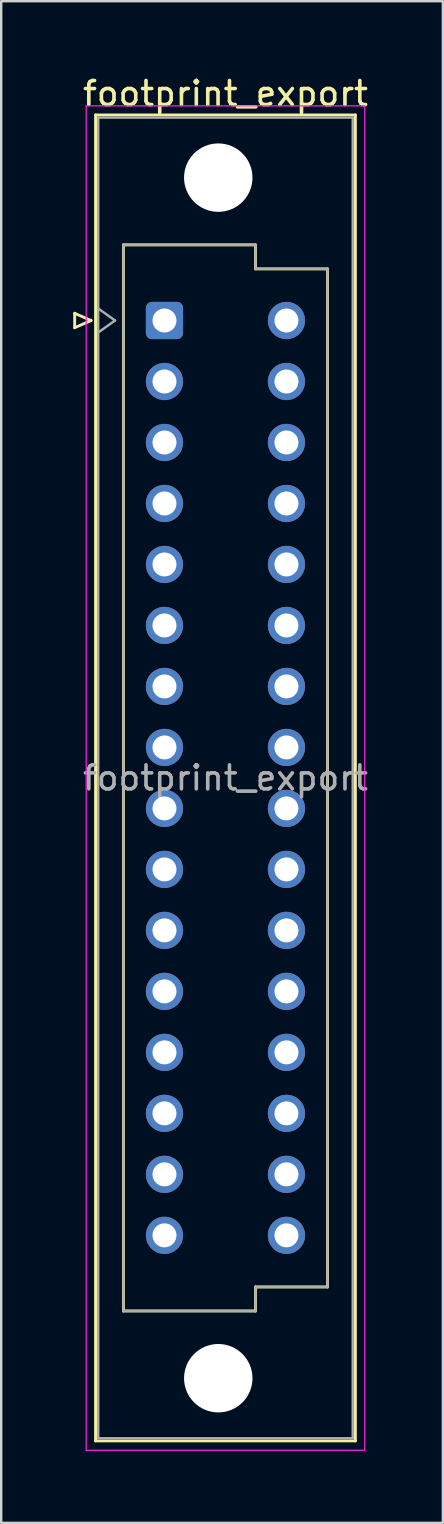
<source format=kicad_pcb>
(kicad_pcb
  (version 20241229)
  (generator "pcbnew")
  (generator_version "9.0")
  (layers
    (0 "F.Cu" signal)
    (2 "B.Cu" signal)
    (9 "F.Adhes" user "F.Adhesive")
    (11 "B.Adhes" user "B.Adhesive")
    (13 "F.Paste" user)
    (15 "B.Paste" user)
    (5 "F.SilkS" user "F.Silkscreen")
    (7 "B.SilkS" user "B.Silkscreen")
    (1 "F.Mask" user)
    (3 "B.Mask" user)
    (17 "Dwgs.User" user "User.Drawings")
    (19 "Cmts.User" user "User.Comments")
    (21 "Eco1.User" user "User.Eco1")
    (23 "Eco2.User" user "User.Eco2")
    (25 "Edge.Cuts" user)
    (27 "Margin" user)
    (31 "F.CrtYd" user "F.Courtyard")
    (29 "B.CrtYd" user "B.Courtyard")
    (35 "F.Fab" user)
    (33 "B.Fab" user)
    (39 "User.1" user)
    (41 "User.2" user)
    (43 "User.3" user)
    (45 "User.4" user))
  (footprint "footprint_export"
    (layer "F.Cu")
    (at 3.8 10.298)
    (property "Reference" "footprint_export" (at 2.54 -9.45 0) (layer "F.SilkS") (effects (font (size 1 1) (thickness 0.15))))
    (attr through_hole)
    (fp_line (start -3.74 -0.3) (end -3.74 0.3) (stroke (width 0.12) (type solid)) (layer "F.SilkS"))
    (fp_line (start -3.74 0.3) (end -3.06 0) (stroke (width 0.12) (type solid)) (layer "F.SilkS"))
    (fp_line (start -3.06 0) (end -3.74 -0.3) (stroke (width 0.12) (type solid)) (layer "F.SilkS"))
    (fp_line (start -2.87 -8.56) (end 7.95 -8.56) (stroke (width 0.12) (type solid)) (layer "F.SilkS"))
    (fp_line (start -2.87 46.66) (end -2.87 -8.56) (stroke (width 0.12) (type solid)) (layer "F.SilkS"))
    (fp_line (start -1.71 -3.15) (end 3.79 -3.15) (stroke (width 0.12) (type solid)) (layer "F.SilkS"))
    (fp_line (start -1.71 41.25) (end -1.71 -3.15) (stroke (width 0.12) (type solid)) (layer "F.SilkS"))
    (fp_line (start 3.79 -3.15) (end 3.79 -2.15) (stroke (width 0.12) (type solid)) (layer "F.SilkS"))
    (fp_line (start 3.79 -2.15) (end 6.79 -2.15) (stroke (width 0.12) (type solid)) (layer "F.SilkS"))
    (fp_line (start 3.79 40.25) (end 3.79 41.25) (stroke (width 0.12) (type solid)) (layer "F.SilkS"))
    (fp_line (start 3.79 41.25) (end -1.71 41.25) (stroke (width 0.12) (type solid)) (layer "F.SilkS"))
    (fp_line (start 6.79 -2.15) (end 6.79 40.25) (stroke (width 0.12) (type solid)) (layer "F.SilkS"))
    (fp_line (start 6.79 40.25) (end 3.79 40.25) (stroke (width 0.12) (type solid)) (layer "F.SilkS"))
    (fp_line (start 7.95 -8.56) (end 7.95 46.66) (stroke (width 0.12) (type solid)) (layer "F.SilkS"))
    (fp_line (start 7.95 46.66) (end -2.87 46.66) (stroke (width 0.12) (type solid)) (layer "F.SilkS"))
    (fp_line (start -3.26 -8.94) (end 8.34 -8.94) (stroke (width 0.05) (type solid)) (layer "F.CrtYd"))
    (fp_line (start -3.26 47.05) (end -3.26 -8.94) (stroke (width 0.05) (type solid)) (layer "F.CrtYd"))
    (fp_line (start 8.34 -8.94) (end 8.34 47.05) (stroke (width 0.05) (type solid)) (layer "F.CrtYd"))
    (fp_line (start 8.34 47.05) (end -3.26 47.05) (stroke (width 0.05) (type solid)) (layer "F.CrtYd"))
    (fp_line (start -2.76 -8.45) (end 7.84 -8.45) (stroke (width 0.1) (type solid)) (layer "F.Fab"))
    (fp_line (start -2.76 -0.5) (end -2.06 0) (stroke (width 0.1) (type solid)) (layer "F.Fab"))
    (fp_line (start -2.76 46.55) (end -2.76 -8.45) (stroke (width 0.1) (type solid)) (layer "F.Fab"))
    (fp_line (start -2.06 0) (end -2.76 0.5) (stroke (width 0.1) (type solid)) (layer "F.Fab"))
    (fp_line (start -1.71 -3.15) (end 3.79 -3.15) (stroke (width 0.1) (type solid)) (layer "F.Fab"))
    (fp_line (start -1.71 41.25) (end -1.71 -3.15) (stroke (width 0.1) (type solid)) (layer "F.Fab"))
    (fp_line (start 3.79 -3.15) (end 3.79 -2.15) (stroke (width 0.1) (type solid)) (layer "F.Fab"))
    (fp_line (start 3.79 -2.15) (end 6.79 -2.15) (stroke (width 0.1) (type solid)) (layer "F.Fab"))
    (fp_line (start 3.79 40.25) (end 3.79 41.25) (stroke (width 0.1) (type solid)) (layer "F.Fab"))
    (fp_line (start 3.79 41.25) (end -1.71 41.25) (stroke (width 0.1) (type solid)) (layer "F.Fab"))
    (fp_line (start 6.79 -2.15) (end 6.79 40.25) (stroke (width 0.1) (type solid)) (layer "F.Fab"))
    (fp_line (start 6.79 40.25) (end 3.79 40.25) (stroke (width 0.1) (type solid)) (layer "F.Fab"))
    (fp_line (start 7.84 -8.45) (end 7.84 46.55) (stroke (width 0.1) (type solid)) (layer "F.Fab"))
    (fp_line (start 7.84 46.55) (end -2.76 46.55) (stroke (width 0.1) (type solid)) (layer "F.Fab"))
    (fp_text user "${REFERENCE}" (at 2.54 19.05 0) (layer "F.Fab") (effects (font (size 1 1) (thickness 0.15))))
    (pad "" np_thru_hole circle (at 2.24 -5.95) (size 2.85 2.85) (drill 2.85) (layers "*.Cu" "*.Mask"))
    (pad "" np_thru_hole circle (at 2.24 44.05) (size 2.85 2.85) (drill 2.85) (layers "*.Cu" "*.Mask"))
    (pad "a1" thru_hole roundrect (at 0 0) (size 1.55 1.55) (drill 1) (layers "*.Cu" "*.Mask") (roundrect_rratio 0.161))
    (pad "a2" thru_hole circle (at 0 2.54) (size 1.55 1.55) (drill 1) (layers "*.Cu" "*.Mask"))
    (pad "a3" thru_hole circle (at 0 5.08) (size 1.55 1.55) (drill 1) (layers "*.Cu" "*.Mask"))
    (pad "a4" thru_hole circle (at 0 7.62) (size 1.55 1.55) (drill 1) (layers "*.Cu" "*.Mask"))
    (pad "a5" thru_hole circle (at 0 10.16) (size 1.55 1.55) (drill 1) (layers "*.Cu" "*.Mask"))
    (pad "a6" thru_hole circle (at 0 12.7) (size 1.55 1.55) (drill 1) (layers "*.Cu" "*.Mask"))
    (pad "a7" thru_hole circle (at 0 15.24) (size 1.55 1.55) (drill 1) (layers "*.Cu" "*.Mask"))
    (pad "a8" thru_hole circle (at 0 17.78) (size 1.55 1.55) (drill 1) (layers "*.Cu" "*.Mask"))
    (pad "a9" thru_hole circle (at 0 20.32) (size 1.55 1.55) (drill 1) (layers "*.Cu" "*.Mask"))
    (pad "a10" thru_hole circle (at 0 22.86) (size 1.55 1.55) (drill 1) (layers "*.Cu" "*.Mask"))
    (pad "a11" thru_hole circle (at 0 25.4) (size 1.55 1.55) (drill 1) (layers "*.Cu" "*.Mask"))
    (pad "a12" thru_hole circle (at 0 27.94) (size 1.55 1.55) (drill 1) (layers "*.Cu" "*.Mask"))
    (pad "a13" thru_hole circle (at 0 30.48) (size 1.55 1.55) (drill 1) (layers "*.Cu" "*.Mask"))
    (pad "a14" thru_hole circle (at 0 33.02) (size 1.55 1.55) (drill 1) (layers "*.Cu" "*.Mask"))
    (pad "a15" thru_hole circle (at 0 35.56) (size 1.55 1.55) (drill 1) (layers "*.Cu" "*.Mask"))
    (pad "a16" thru_hole circle (at 0 38.1) (size 1.55 1.55) (drill 1) (layers "*.Cu" "*.Mask"))
    (pad "c1" thru_hole circle (at 5.08 0) (size 1.55 1.55) (drill 1) (layers "*.Cu" "*.Mask"))
    (pad "c2" thru_hole circle (at 5.08 2.54) (size 1.55 1.55) (drill 1) (layers "*.Cu" "*.Mask"))
    (pad "c3" thru_hole circle (at 5.08 5.08) (size 1.55 1.55) (drill 1) (layers "*.Cu" "*.Mask"))
    (pad "c4" thru_hole circle (at 5.08 7.62) (size 1.55 1.55) (drill 1) (layers "*.Cu" "*.Mask"))
    (pad "c5" thru_hole circle (at 5.08 10.16) (size 1.55 1.55) (drill 1) (layers "*.Cu" "*.Mask"))
    (pad "c6" thru_hole circle (at 5.08 12.7) (size 1.55 1.55) (drill 1) (layers "*.Cu" "*.Mask"))
    (pad "c7" thru_hole circle (at 5.08 15.24) (size 1.55 1.55) (drill 1) (layers "*.Cu" "*.Mask"))
    (pad "c8" thru_hole circle (at 5.08 17.78) (size 1.55 1.55) (drill 1) (layers "*.Cu" "*.Mask"))
    (pad "c9" thru_hole circle (at 5.08 20.32) (size 1.55 1.55) (drill 1) (layers "*.Cu" "*.Mask"))
    (pad "c10" thru_hole circle (at 5.08 22.86) (size 1.55 1.55) (drill 1) (layers "*.Cu" "*.Mask"))
    (pad "c11" thru_hole circle (at 5.08 25.4) (size 1.55 1.55) (drill 1) (layers "*.Cu" "*.Mask"))
    (pad "c12" thru_hole circle (at 5.08 27.94) (size 1.55 1.55) (drill 1) (layers "*.Cu" "*.Mask"))
    (pad "c13" thru_hole circle (at 5.08 30.48) (size 1.55 1.55) (drill 1) (layers "*.Cu" "*.Mask"))
    (pad "c14" thru_hole circle (at 5.08 33.02) (size 1.55 1.55) (drill 1) (layers "*.Cu" "*.Mask"))
    (pad "c15" thru_hole circle (at 5.08 35.56) (size 1.55 1.55) (drill 1) (layers "*.Cu" "*.Mask"))
    (pad "c16" thru_hole circle (at 5.08 38.1) (size 1.55 1.55) (drill 1) (layers "*.Cu" "*.Mask")))
  (gr_rect
    (start -3 -3)
    (end 15.394 60.373)
    (stroke (width 0.1) (type default))
    (fill no)
    (layer "Edge.Cuts")))
</source>
